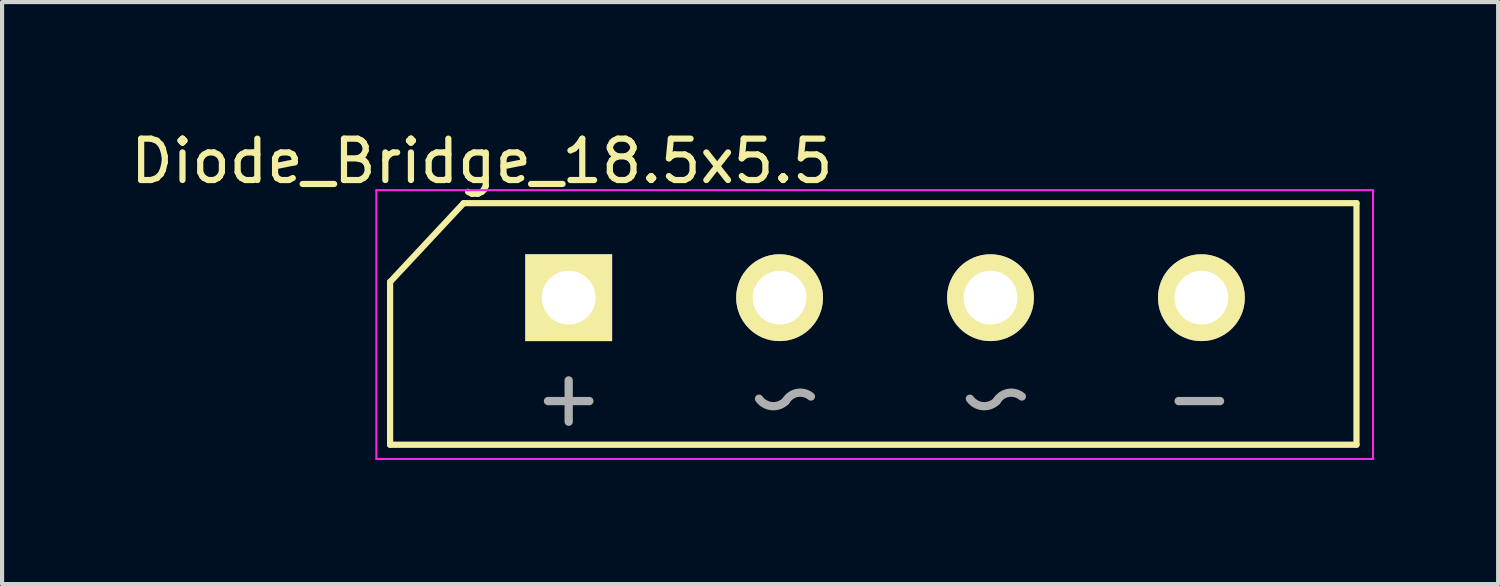
<source format=kicad_pcb>
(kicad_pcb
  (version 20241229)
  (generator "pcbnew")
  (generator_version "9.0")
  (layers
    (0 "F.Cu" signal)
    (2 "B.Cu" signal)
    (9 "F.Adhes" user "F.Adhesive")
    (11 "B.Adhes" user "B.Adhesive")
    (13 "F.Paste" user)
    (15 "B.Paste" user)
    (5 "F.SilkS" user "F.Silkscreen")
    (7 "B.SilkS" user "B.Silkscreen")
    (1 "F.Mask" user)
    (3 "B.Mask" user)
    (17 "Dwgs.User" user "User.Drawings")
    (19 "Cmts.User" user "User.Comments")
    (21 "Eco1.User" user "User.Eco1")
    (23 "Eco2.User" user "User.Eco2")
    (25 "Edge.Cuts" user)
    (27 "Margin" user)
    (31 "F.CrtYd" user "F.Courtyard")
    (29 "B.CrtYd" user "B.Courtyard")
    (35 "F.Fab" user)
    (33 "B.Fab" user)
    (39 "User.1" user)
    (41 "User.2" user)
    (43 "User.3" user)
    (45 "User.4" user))
  (footprint "Diode_Bridge_18.5x5.5"
    (layer "F.Cu")
    (at 10.701 4.148)
    (property "Reference" "Diode_Bridge_18.5x5.5" (at -2.1 -3.3 0) (layer "F.SilkS") (effects (font (size 1 1) (thickness 0.15))))
    (attr through_hole)
    (fp_line (start -4.318 -0.381) (end -2.54 -2.286) (stroke (width 0.15) (type solid)) (layer "F.SilkS"))
    (fp_line (start -4.318 3.556) (end -4.318 -0.381) (stroke (width 0.15) (type solid)) (layer "F.SilkS"))
    (fp_line (start -2.54 -2.286) (end 19.05 -2.286) (stroke (width 0.15) (type solid)) (layer "F.SilkS"))
    (fp_line (start 19.05 -2.286) (end 19.05 3.556) (stroke (width 0.15) (type solid)) (layer "F.SilkS"))
    (fp_line (start 19.05 3.556) (end -4.318 3.556) (stroke (width 0.15) (type solid)) (layer "F.SilkS"))
    (fp_line (start -4.65 -2.6) (end 19.45 -2.6) (stroke (width 0.05) (type solid)) (layer "F.CrtYd"))
    (fp_line (start -4.65 3.9) (end -4.65 -2.6) (stroke (width 0.05) (type solid)) (layer "F.CrtYd"))
    (fp_line (start 19.45 -2.6) (end 19.45 3.9) (stroke (width 0.05) (type solid)) (layer "F.CrtYd"))
    (fp_line (start 19.45 3.9) (end -4.65 3.9) (stroke (width 0.05) (type solid)) (layer "F.CrtYd"))
    (fp_line (start -0.5 2.5) (end 0.5 2.5) (stroke (width 0.2) (type solid)) (layer "F.Fab"))
    (fp_line (start 0 2) (end 0 3) (stroke (width 0.2) (type solid)) (layer "F.Fab"))
    (fp_line (start 14.75 2.5) (end 15.75 2.5) (stroke (width 0.2) (type solid)) (layer "F.Fab"))
    (fp_arc (start 5.25 2.5) (mid 4.913023 2.62265) (end 4.602463 2.443348) (stroke (width 0.2) (type solid)) (layer "F.Fab"))
    (fp_arc (start 5.25 2.5) (mid 5.528233 2.303327) (end 5.857738 2.390047) (stroke (width 0.2) (type solid)) (layer "F.Fab"))
    (fp_arc (start 10.35 2.5) (mid 10.013023 2.62265) (end 9.702463 2.443348) (stroke (width 0.2) (type solid)) (layer "F.Fab"))
    (fp_arc (start 10.35 2.5) (mid 10.628233 2.303327) (end 10.957738 2.390047) (stroke (width 0.2) (type solid)) (layer "F.Fab"))
    (pad "1" thru_hole circle (at 15.3 0) (size 2.1 2.1) (drill 1.3) (layers "*.Cu" "*.Mask" "F.SilkS"))
    (pad "2" thru_hole circle (at 5.1 0) (size 2.1 2.1) (drill 1.3) (layers "*.Cu" "*.Mask" "F.SilkS"))
    (pad "3" thru_hole rect (at 0 0) (size 2.1 2.1) (drill 1.3) (layers "*.Cu" "*.Mask" "F.SilkS"))
    (pad "4" thru_hole circle (at 10.2 0) (size 2.1 2.1) (drill 1.3) (layers "*.Cu" "*.Mask" "F.SilkS")))
  (gr_rect
    (start -3 -3)
    (end 33.176 11.073)
    (stroke (width 0.1) (type default))
    (fill no)
    (layer "Edge.Cuts")))
</source>
